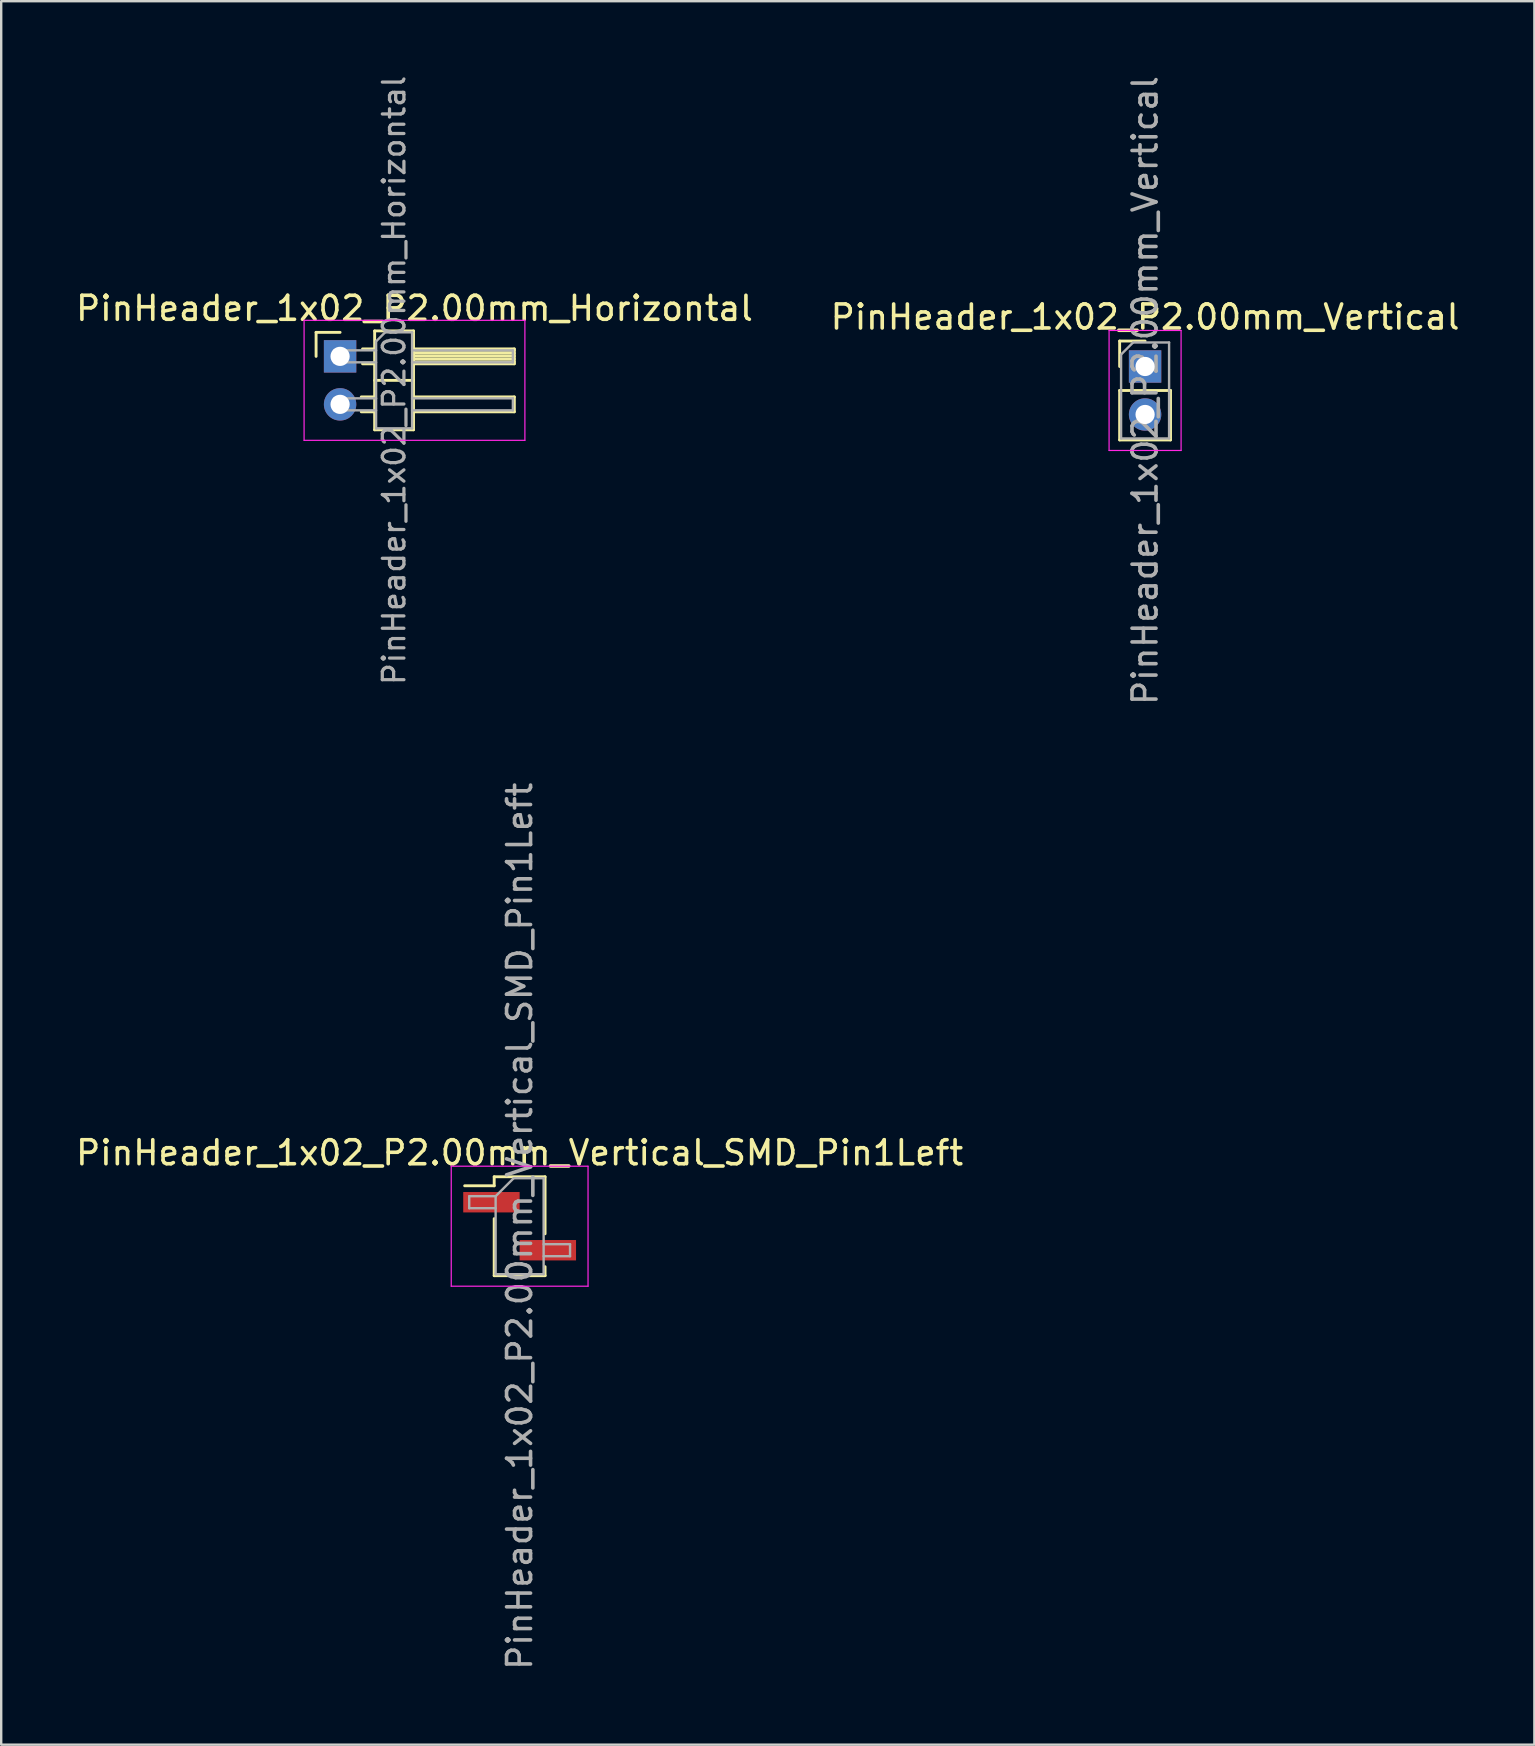
<source format=kicad_pcb>
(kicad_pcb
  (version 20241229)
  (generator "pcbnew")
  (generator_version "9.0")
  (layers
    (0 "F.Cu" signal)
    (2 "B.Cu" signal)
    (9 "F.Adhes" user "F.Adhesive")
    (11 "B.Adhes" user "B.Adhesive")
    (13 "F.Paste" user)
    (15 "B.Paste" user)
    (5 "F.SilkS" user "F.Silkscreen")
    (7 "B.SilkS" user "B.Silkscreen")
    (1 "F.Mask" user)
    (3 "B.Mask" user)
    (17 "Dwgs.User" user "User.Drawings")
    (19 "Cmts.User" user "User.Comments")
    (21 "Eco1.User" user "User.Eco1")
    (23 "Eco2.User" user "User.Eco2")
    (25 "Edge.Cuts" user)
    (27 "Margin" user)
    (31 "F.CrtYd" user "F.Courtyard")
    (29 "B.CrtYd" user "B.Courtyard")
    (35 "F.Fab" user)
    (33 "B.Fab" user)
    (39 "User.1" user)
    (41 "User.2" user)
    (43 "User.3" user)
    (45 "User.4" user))
  (footprint "PinHeader_1x02_P2.00mm_Horizontal"
    (layer "F.Cu")
    (at 11.12 11.798)
    (property "Reference" "PinHeader_1x02_P2.00mm_Horizontal" (at 3.1 -2 0) (layer "F.SilkS") (effects (font (size 1 1) (thickness 0.15))))
    (attr through_hole)
    (fp_line (start -1 -1) (end 0 -1) (stroke (width 0.12) (type solid)) (layer "F.SilkS"))
    (fp_line (start -1 0) (end -1 -1) (stroke (width 0.12) (type solid)) (layer "F.SilkS"))
    (fp_line (start 0.882 1.69) (end 1.44 1.69) (stroke (width 0.12) (type solid)) (layer "F.SilkS"))
    (fp_line (start 0.882 2.31) (end 1.44 2.31) (stroke (width 0.12) (type solid)) (layer "F.SilkS"))
    (fp_line (start 0.935 -0.31) (end 1.44 -0.31) (stroke (width 0.12) (type solid)) (layer "F.SilkS"))
    (fp_line (start 0.935 0.31) (end 1.44 0.31) (stroke (width 0.12) (type solid)) (layer "F.SilkS"))
    (fp_line (start 1.44 -1.06) (end 1.44 3.06) (stroke (width 0.12) (type solid)) (layer "F.SilkS"))
    (fp_line (start 1.44 1) (end 3.06 1) (stroke (width 0.12) (type solid)) (layer "F.SilkS"))
    (fp_line (start 1.44 3.06) (end 3.06 3.06) (stroke (width 0.12) (type solid)) (layer "F.SilkS"))
    (fp_line (start 3.06 -1.06) (end 1.44 -1.06) (stroke (width 0.12) (type solid)) (layer "F.SilkS"))
    (fp_line (start 3.06 -0.31) (end 7.26 -0.31) (stroke (width 0.12) (type solid)) (layer "F.SilkS"))
    (fp_line (start 3.06 -0.25) (end 7.26 -0.25) (stroke (width 0.12) (type solid)) (layer "F.SilkS"))
    (fp_line (start 3.06 -0.13) (end 7.26 -0.13) (stroke (width 0.12) (type solid)) (layer "F.SilkS"))
    (fp_line (start 3.06 -0.01) (end 7.26 -0.01) (stroke (width 0.12) (type solid)) (layer "F.SilkS"))
    (fp_line (start 3.06 0.11) (end 7.26 0.11) (stroke (width 0.12) (type solid)) (layer "F.SilkS"))
    (fp_line (start 3.06 0.23) (end 7.26 0.23) (stroke (width 0.12) (type solid)) (layer "F.SilkS"))
    (fp_line (start 3.06 1.69) (end 7.26 1.69) (stroke (width 0.12) (type solid)) (layer "F.SilkS"))
    (fp_line (start 3.06 3.06) (end 3.06 -1.06) (stroke (width 0.12) (type solid)) (layer "F.SilkS"))
    (fp_line (start 7.26 -0.31) (end 7.26 0.31) (stroke (width 0.12) (type solid)) (layer "F.SilkS"))
    (fp_line (start 7.26 0.31) (end 3.06 0.31) (stroke (width 0.12) (type solid)) (layer "F.SilkS"))
    (fp_line (start 7.26 1.69) (end 7.26 2.31) (stroke (width 0.12) (type solid)) (layer "F.SilkS"))
    (fp_line (start 7.26 2.31) (end 3.06 2.31) (stroke (width 0.12) (type solid)) (layer "F.SilkS"))
    (fp_line (start -1.5 -1.5) (end -1.5 3.5) (stroke (width 0.05) (type solid)) (layer "F.CrtYd"))
    (fp_line (start -1.5 3.5) (end 7.7 3.5) (stroke (width 0.05) (type solid)) (layer "F.CrtYd"))
    (fp_line (start 7.7 -1.5) (end -1.5 -1.5) (stroke (width 0.05) (type solid)) (layer "F.CrtYd"))
    (fp_line (start 7.7 3.5) (end 7.7 -1.5) (stroke (width 0.05) (type solid)) (layer "F.CrtYd"))
    (fp_line (start -0.25 -0.25) (end -0.25 0.25) (stroke (width 0.1) (type solid)) (layer "F.Fab"))
    (fp_line (start -0.25 -0.25) (end 1.5 -0.25) (stroke (width 0.1) (type solid)) (layer "F.Fab"))
    (fp_line (start -0.25 0.25) (end 1.5 0.25) (stroke (width 0.1) (type solid)) (layer "F.Fab"))
    (fp_line (start -0.25 1.75) (end -0.25 2.25) (stroke (width 0.1) (type solid)) (layer "F.Fab"))
    (fp_line (start -0.25 1.75) (end 1.5 1.75) (stroke (width 0.1) (type solid)) (layer "F.Fab"))
    (fp_line (start -0.25 2.25) (end 1.5 2.25) (stroke (width 0.1) (type solid)) (layer "F.Fab"))
    (fp_line (start 1.5 -0.625) (end 1.875 -1) (stroke (width 0.1) (type solid)) (layer "F.Fab"))
    (fp_line (start 1.5 3) (end 1.5 -0.625) (stroke (width 0.1) (type solid)) (layer "F.Fab"))
    (fp_line (start 1.875 -1) (end 3 -1) (stroke (width 0.1) (type solid)) (layer "F.Fab"))
    (fp_line (start 3 -1) (end 3 3) (stroke (width 0.1) (type solid)) (layer "F.Fab"))
    (fp_line (start 3 -0.25) (end 7.2 -0.25) (stroke (width 0.1) (type solid)) (layer "F.Fab"))
    (fp_line (start 3 0.25) (end 7.2 0.25) (stroke (width 0.1) (type solid)) (layer "F.Fab"))
    (fp_line (start 3 1.75) (end 7.2 1.75) (stroke (width 0.1) (type solid)) (layer "F.Fab"))
    (fp_line (start 3 2.25) (end 7.2 2.25) (stroke (width 0.1) (type solid)) (layer "F.Fab"))
    (fp_line (start 3 3) (end 1.5 3) (stroke (width 0.1) (type solid)) (layer "F.Fab"))
    (fp_line (start 7.2 -0.25) (end 7.2 0.25) (stroke (width 0.1) (type solid)) (layer "F.Fab"))
    (fp_line (start 7.2 1.75) (end 7.2 2.25) (stroke (width 0.1) (type solid)) (layer "F.Fab"))
    (fp_text user "${REFERENCE}" (at 2.25 1 90) (layer "F.Fab") (effects (font (size 0.9 0.9) (thickness 0.135))))
    (pad "1" thru_hole rect (at 0 0) (size 1.35 1.35) (drill 0.8) (layers "*.Cu" "*.Mask"))
    (pad "2" thru_hole oval (at 0 2) (size 1.35 1.35) (drill 0.8) (layers "*.Cu" "*.Mask")))
  (footprint "PinHeader_1x02_P2.00mm_Vertical_SMD_Pin1Left"
    (layer "F.Cu")
    (at 18.601 48.042)
    (property "Reference" "PinHeader_1x02_P2.00mm_Vertical_SMD_Pin1Left" (at 0 -3.06 0) (layer "F.SilkS") (effects (font (size 1 1) (thickness 0.15))))
    (attr smd)
    (fp_line (start -1.06 -2.06) (end -1.06 -1.685) (stroke (width 0.12) (type solid)) (layer "F.SilkS"))
    (fp_line (start -1.06 -2.06) (end 1.06 -2.06) (stroke (width 0.12) (type solid)) (layer "F.SilkS"))
    (fp_line (start -1.06 -1.685) (end -2.29 -1.685) (stroke (width 0.12) (type solid)) (layer "F.SilkS"))
    (fp_line (start -1.06 -0.315) (end -1.06 2.06) (stroke (width 0.12) (type solid)) (layer "F.SilkS"))
    (fp_line (start -1.06 2.06) (end 1.06 2.06) (stroke (width 0.12) (type solid)) (layer "F.SilkS"))
    (fp_line (start 1.06 -2.06) (end 1.06 0.315) (stroke (width 0.12) (type solid)) (layer "F.SilkS"))
    (fp_line (start 1.06 1.685) (end 1.06 2.06) (stroke (width 0.12) (type solid)) (layer "F.SilkS"))
    (fp_line (start -2.85 -2.5) (end -2.85 2.5) (stroke (width 0.05) (type solid)) (layer "F.CrtYd"))
    (fp_line (start -2.85 2.5) (end 2.85 2.5) (stroke (width 0.05) (type solid)) (layer "F.CrtYd"))
    (fp_line (start 2.85 -2.5) (end -2.85 -2.5) (stroke (width 0.05) (type solid)) (layer "F.CrtYd"))
    (fp_line (start 2.85 2.5) (end 2.85 -2.5) (stroke (width 0.05) (type solid)) (layer "F.CrtYd"))
    (fp_line (start -2.1 -1.25) (end -2.1 -0.75) (stroke (width 0.1) (type solid)) (layer "F.Fab"))
    (fp_line (start -2.1 -0.75) (end -1 -0.75) (stroke (width 0.1) (type solid)) (layer "F.Fab"))
    (fp_line (start -1 -1.25) (end -2.1 -1.25) (stroke (width 0.1) (type solid)) (layer "F.Fab"))
    (fp_line (start -1 -1.25) (end -0.25 -2) (stroke (width 0.1) (type solid)) (layer "F.Fab"))
    (fp_line (start -1 2) (end -1 -1.25) (stroke (width 0.1) (type solid)) (layer "F.Fab"))
    (fp_line (start -0.25 -2) (end 1 -2) (stroke (width 0.1) (type solid)) (layer "F.Fab"))
    (fp_line (start 1 -2) (end 1 2) (stroke (width 0.1) (type solid)) (layer "F.Fab"))
    (fp_line (start 1 0.75) (end 2.1 0.75) (stroke (width 0.1) (type solid)) (layer "F.Fab"))
    (fp_line (start 1 2) (end -1 2) (stroke (width 0.1) (type solid)) (layer "F.Fab"))
    (fp_line (start 2.1 0.75) (end 2.1 1.25) (stroke (width 0.1) (type solid)) (layer "F.Fab"))
    (fp_line (start 2.1 1.25) (end 1 1.25) (stroke (width 0.1) (type solid)) (layer "F.Fab"))
    (fp_text user "${REFERENCE}" (at 0 0 90) (layer "F.Fab") (effects (font (size 1 1) (thickness 0.15))))
    (pad "1" smd rect (at -1.175 -1) (size 2.35 0.85) (layers "F.Cu" "F.Mask" "F.Paste"))
    (pad "2" smd rect (at 1.175 1) (size 2.35 0.85) (layers "F.Cu" "F.Mask" "F.Paste")))
  (footprint "PinHeader_1x02_P2.00mm_Vertical"
    (layer "F.Cu")
    (at 44.661 12.22)
    (property "Reference" "PinHeader_1x02_P2.00mm_Vertical" (at 0 -2.06 0) (layer "F.SilkS") (effects (font (size 1 1) (thickness 0.15))))
    (attr through_hole)
    (fp_line (start -1.06 -1.06) (end 0 -1.06) (stroke (width 0.12) (type solid)) (layer "F.SilkS"))
    (fp_line (start -1.06 0) (end -1.06 -1.06) (stroke (width 0.12) (type solid)) (layer "F.SilkS"))
    (fp_line (start -1.06 1) (end -1.06 3.06) (stroke (width 0.12) (type solid)) (layer "F.SilkS"))
    (fp_line (start -1.06 1) (end 1.06 1) (stroke (width 0.12) (type solid)) (layer "F.SilkS"))
    (fp_line (start -1.06 3.06) (end 1.06 3.06) (stroke (width 0.12) (type solid)) (layer "F.SilkS"))
    (fp_line (start 1.06 1) (end 1.06 3.06) (stroke (width 0.12) (type solid)) (layer "F.SilkS"))
    (fp_line (start -1.5 -1.5) (end -1.5 3.5) (stroke (width 0.05) (type solid)) (layer "F.CrtYd"))
    (fp_line (start -1.5 3.5) (end 1.5 3.5) (stroke (width 0.05) (type solid)) (layer "F.CrtYd"))
    (fp_line (start 1.5 -1.5) (end -1.5 -1.5) (stroke (width 0.05) (type solid)) (layer "F.CrtYd"))
    (fp_line (start 1.5 3.5) (end 1.5 -1.5) (stroke (width 0.05) (type solid)) (layer "F.CrtYd"))
    (fp_line (start -1 -0.5) (end -0.5 -1) (stroke (width 0.1) (type solid)) (layer "F.Fab"))
    (fp_line (start -1 3) (end -1 -0.5) (stroke (width 0.1) (type solid)) (layer "F.Fab"))
    (fp_line (start -0.5 -1) (end 1 -1) (stroke (width 0.1) (type solid)) (layer "F.Fab"))
    (fp_line (start 1 -1) (end 1 3) (stroke (width 0.1) (type solid)) (layer "F.Fab"))
    (fp_line (start 1 3) (end -1 3) (stroke (width 0.1) (type solid)) (layer "F.Fab"))
    (fp_text user "${REFERENCE}" (at 0 1 90) (layer "F.Fab") (effects (font (size 1 1) (thickness 0.15))))
    (pad "1" thru_hole rect (at 0 0) (size 1.35 1.35) (drill 0.8) (layers "*.Cu" "*.Mask"))
    (pad "2" thru_hole oval (at 0 2) (size 1.35 1.35) (drill 0.8) (layers "*.Cu" "*.Mask")))
  (gr_rect
    (start -3 -3)
    (end 60.881 69.643)
    (stroke (width 0.1) (type default))
    (fill no)
    (layer "Edge.Cuts")))
</source>
